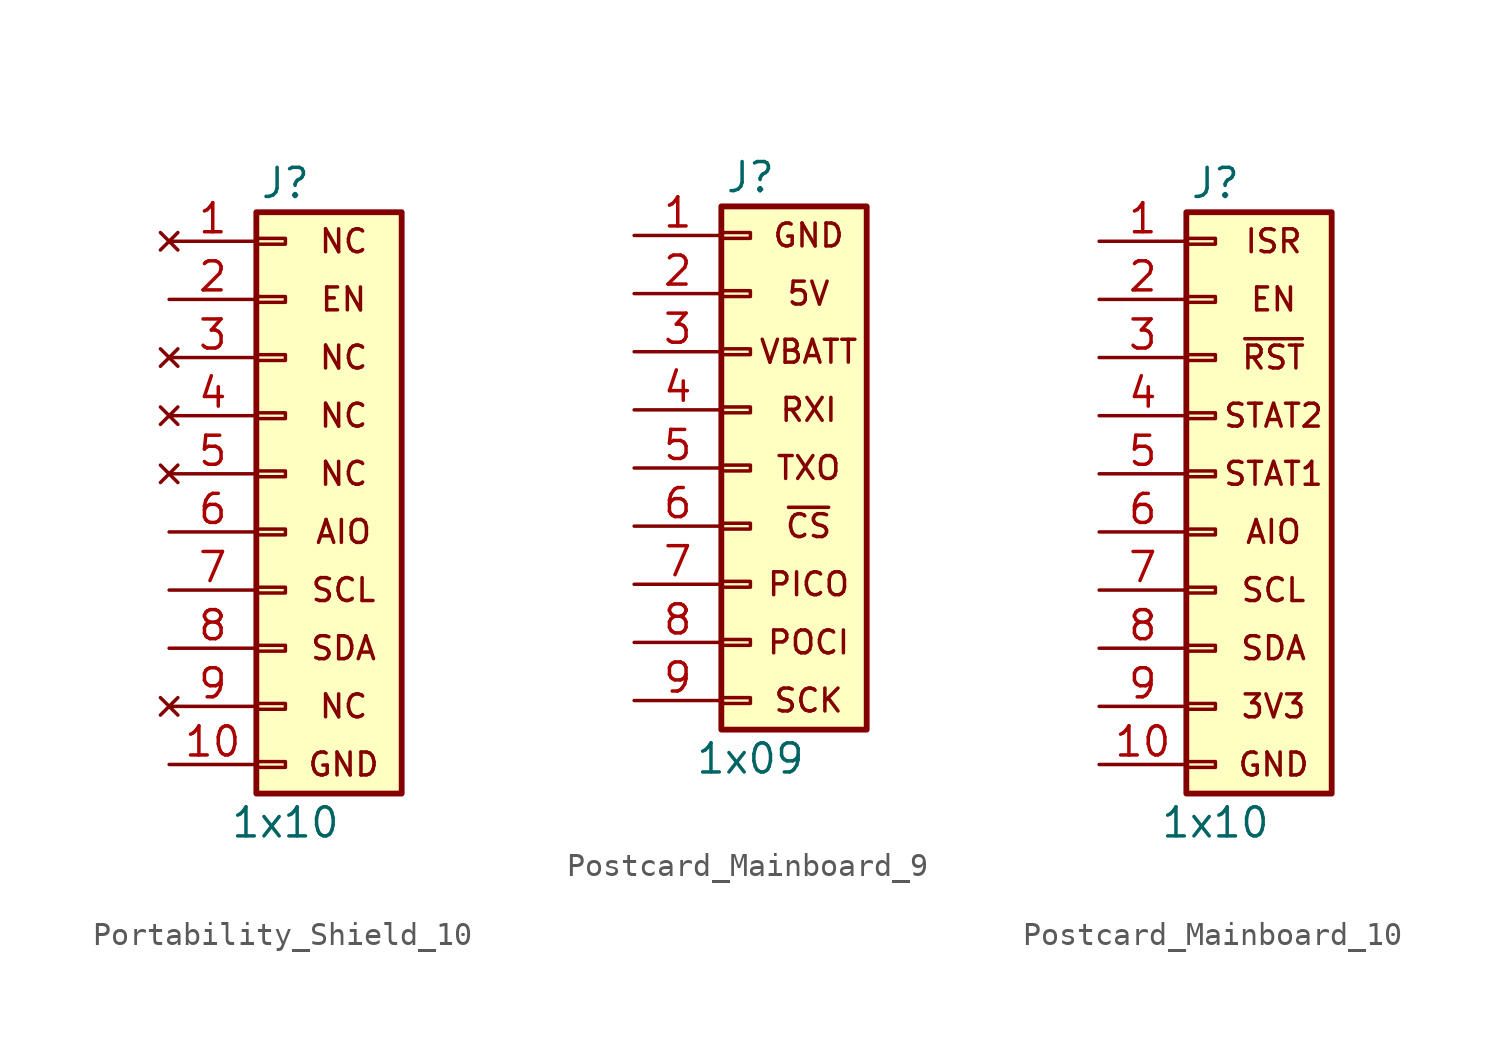
<source format=kicad_sym>
(kicad_symbol_lib
  (version 20241209)
  (generator "kicad_symbol_editor")
  (generator_version "9.0")
  (symbol "Portability_Shield_10"
    (pin_names
      (offset 1.016)
      (hide yes))
    (property "Reference" "J"
      (at 0 12.7 0)
      (effects (font (size 1.27 1.27))))
    (property "Value" "1x10"
      (at 0 -15.24 0)
      (effects (font (size 1.27 1.27))))
    (symbol "Portability_Shield_10_1_1"
      (rectangle (start -1.27 11.43) (end 5.08 -13.97) (stroke (width 0.254) (type default)) (fill (type background)))
      (rectangle (start -1.27 10.287) (end 0 10.033) (stroke (width 0.152) (type default)) (fill (type none)))
      (rectangle (start -1.27 7.747) (end 0 7.493) (stroke (width 0.152) (type default)) (fill (type none)))
      (rectangle (start -1.27 5.207) (end 0 4.953) (stroke (width 0.152) (type default)) (fill (type none)))
      (rectangle (start -1.27 2.667) (end 0 2.413) (stroke (width 0.152) (type default)) (fill (type none)))
      (rectangle (start -1.27 0.127) (end 0 -0.127) (stroke (width 0.152) (type default)) (fill (type none)))
      (rectangle (start -1.27 -2.413) (end 0 -2.667) (stroke (width 0.152) (type default)) (fill (type none)))
      (rectangle (start -1.27 -4.953) (end 0 -5.207) (stroke (width 0.152) (type default)) (fill (type none)))
      (rectangle (start -1.27 -7.493) (end 0 -7.747) (stroke (width 0.152) (type default)) (fill (type none)))
      (rectangle (start -1.27 -10.033) (end 0 -10.287) (stroke (width 0.152) (type default)) (fill (type none)))
      (rectangle (start -1.27 -12.573) (end 0 -12.827) (stroke (width 0.152) (type default)) (fill (type none)))
      (text "NC" (at 2.54 10.16 0) (effects (font (size 1 1))))
      (text "EN" (at 2.54 7.62 0) (effects (font (size 1 1))))
      (text "NC" (at 2.54 5.08 0) (effects (font (size 1 1))))
      (text "NC" (at 2.54 2.54 0) (effects (font (size 1 1))))
      (text "NC" (at 2.54 0 0) (effects (font (size 1 1))))
      (text "AIO" (at 2.54 -2.54 0) (effects (font (size 1 1))))
      (text "SCL" (at 2.54 -5.08 0) (effects (font (size 1 1))))
      (text "SDA" (at 2.54 -7.62 0) (effects (font (size 1 1))))
      (text "NC" (at 2.54 -10.16 0) (effects (font (size 1 1))))
      (text "GND" (at 2.54 -12.7 0) (effects (font (size 1 1))))
      (pin no_connect line (at -5.08 10.16 0) (length 3.81) (name "Pin_1" (effects (font (size 1.27 1.27)))) (number "1" (effects (font (size 1.27 1.27)))))
      (pin input line (at -5.08 7.62 0) (length 3.81) (name "Pin_2" (effects (font (size 1.27 1.27)))) (number "2" (effects (font (size 1.27 1.27)))))
      (pin no_connect line (at -5.08 5.08 0) (length 3.81) (name "Pin_3" (effects (font (size 1.27 1.27)))) (number "3" (effects (font (size 1.27 1.27)))))
      (pin no_connect line (at -5.08 2.54 0) (length 3.81) (name "Pin_4" (effects (font (size 1.27 1.27)))) (number "4" (effects (font (size 1.27 1.27)))))
      (pin no_connect line (at -5.08 0 0) (length 3.81) (name "Pin_5" (effects (font (size 1.27 1.27)))) (number "5" (effects (font (size 1.27 1.27)))))
      (pin bidirectional line (at -5.08 -2.54 0) (length 3.81) (name "Pin_6" (effects (font (size 1.27 1.27)))) (number "6" (effects (font (size 1.27 1.27)))))
      (pin bidirectional line (at -5.08 -5.08 0) (length 3.81) (name "Pin_7" (effects (font (size 1.27 1.27)))) (number "7" (effects (font (size 1.27 1.27)))))
      (pin bidirectional line (at -5.08 -7.62 0) (length 3.81) (name "Pin_8" (effects (font (size 1.27 1.27)))) (number "8" (effects (font (size 1.27 1.27)))))
      (pin no_connect line (at -5.08 -10.16 0) (length 3.81) (name "Pin_9" (effects (font (size 1.27 1.27)))) (number "9" (effects (font (size 1.27 1.27)))))
      (pin power_in line (at -5.08 -12.7 0) (length 3.81) (name "Pin_10" (effects (font (size 1.27 1.27)))) (number "10" (effects (font (size 1.27 1.27)))))))
  (symbol "Postcard_Mainboard_9"
    (pin_names
      (offset 1.016)
      (hide yes))
    (property "Reference" "J"
      (at 0 12.7 0)
      (effects (font (size 1.27 1.27))))
    (property "Value" "1x09"
      (at 0 -12.7 0)
      (effects (font (size 1.27 1.27))))
    (symbol "Postcard_Mainboard_9_1_1"
      (rectangle (start -1.27 10.033) (end 0 10.287) (stroke (width 0.152) (type default)) (fill (type none)))
      (rectangle (start -1.27 7.493) (end 0 7.747) (stroke (width 0.152) (type default)) (fill (type none)))
      (rectangle (start -1.27 4.953) (end 0 5.207) (stroke (width 0.152) (type default)) (fill (type none)))
      (rectangle (start -1.27 2.413) (end 0 2.667) (stroke (width 0.152) (type default)) (fill (type none)))
      (rectangle (start -1.27 -0.127) (end 0 0.127) (stroke (width 0.152) (type default)) (fill (type none)))
      (rectangle (start -1.27 -2.667) (end 0 -2.413) (stroke (width 0.152) (type default)) (fill (type none)))
      (rectangle (start -1.27 -5.207) (end 0 -4.953) (stroke (width 0.152) (type default)) (fill (type none)))
      (rectangle (start -1.27 -7.747) (end 0 -7.493) (stroke (width 0.152) (type default)) (fill (type none)))
      (rectangle (start -1.27 -10.287) (end 0 -10.033) (stroke (width 0.152) (type default)) (fill (type none)))
      (rectangle (start -1.27 -11.43) (end 5.08 11.43) (stroke (width 0.254) (type default)) (fill (type background)))
      (text "GND" (at 2.54 10.16 0) (effects (font (size 1 1))))
      (text "5V" (at 2.54 7.62 0) (effects (font (size 1 1))))
      (text "VBATT" (at 2.54 5.08 0) (effects (font (size 1 1))))
      (text "RXI" (at 2.54 2.54 0) (effects (font (size 1 1))))
      (text "TXO" (at 2.54 0 0) (effects (font (size 1 1))))
      (text "~{CS}" (at 2.54 -2.54 0) (effects (font (size 1 1))))
      (text "PICO" (at 2.54 -5.08 0) (effects (font (size 1 1))))
      (text "POCI" (at 2.54 -7.62 0) (effects (font (size 1 1))))
      (text "SCK" (at 2.54 -10.16 0) (effects (font (size 1 1))))
      (pin power_in line (at -5.08 10.16 0) (length 3.81) (name "1" (effects (font (size 1.27 1.27)))) (number "1" (effects (font (size 1.27 1.27)))))
      (pin power_in line (at -5.08 7.62 0) (length 3.81) (name "2" (effects (font (size 1.27 1.27)))) (number "2" (effects (font (size 1.27 1.27)))))
      (pin power_in line (at -5.08 5.08 0) (length 3.81) (name "3" (effects (font (size 1.27 1.27)))) (number "3" (effects (font (size 1.27 1.27)))))
      (pin input line (at -5.08 2.54 0) (length 3.81) (name "4" (effects (font (size 1.27 1.27)))) (number "4" (effects (font (size 1.27 1.27)))))
      (pin output line (at -5.08 0 0) (length 3.81) (name "5" (effects (font (size 1.27 1.27)))) (number "5" (effects (font (size 1.27 1.27)))))
      (pin input line (at -5.08 -2.54 0) (length 3.81) (name "6" (effects (font (size 1.27 1.27)))) (number "6" (effects (font (size 1.27 1.27)))))
      (pin input line (at -5.08 -5.08 0) (length 3.81) (name "7" (effects (font (size 1.27 1.27)))) (number "7" (effects (font (size 1.27 1.27)))))
      (pin output line (at -5.08 -7.62 0) (length 3.81) (name "8" (effects (font (size 1.27 1.27)))) (number "8" (effects (font (size 1.27 1.27)))))
      (pin input line (at -5.08 -10.16 0) (length 3.81) (name "9" (effects (font (size 1.27 1.27)))) (number "9" (effects (font (size 1.27 1.27)))))))
  (symbol "Postcard_Mainboard_10"
    (pin_names
      (offset 1.016)
      (hide yes))
    (property "Reference" "J"
      (at 0 12.7 0)
      (effects (font (size 1.27 1.27))))
    (property "Value" "1x10"
      (at 0 -15.24 0)
      (effects (font (size 1.27 1.27))))
    (symbol "Postcard_Mainboard_10_1_1"
      (rectangle (start -1.27 11.43) (end 5.08 -13.97) (stroke (width 0.254) (type default)) (fill (type background)))
      (rectangle (start -1.27 10.287) (end 0 10.033) (stroke (width 0.152) (type default)) (fill (type none)))
      (rectangle (start -1.27 7.747) (end 0 7.493) (stroke (width 0.152) (type default)) (fill (type none)))
      (rectangle (start -1.27 5.207) (end 0 4.953) (stroke (width 0.152) (type default)) (fill (type none)))
      (rectangle (start -1.27 2.667) (end 0 2.413) (stroke (width 0.152) (type default)) (fill (type none)))
      (rectangle (start -1.27 0.127) (end 0 -0.127) (stroke (width 0.152) (type default)) (fill (type none)))
      (rectangle (start -1.27 -2.413) (end 0 -2.667) (stroke (width 0.152) (type default)) (fill (type none)))
      (rectangle (start -1.27 -4.953) (end 0 -5.207) (stroke (width 0.152) (type default)) (fill (type none)))
      (rectangle (start -1.27 -7.493) (end 0 -7.747) (stroke (width 0.152) (type default)) (fill (type none)))
      (rectangle (start -1.27 -10.033) (end 0 -10.287) (stroke (width 0.152) (type default)) (fill (type none)))
      (rectangle (start -1.27 -12.573) (end 0 -12.827) (stroke (width 0.152) (type default)) (fill (type none)))
      (text "ISR" (at 2.54 10.16 0) (effects (font (size 1 1))))
      (text "EN" (at 2.54 7.62 0) (effects (font (size 1 1))))
      (text "~{RST}" (at 2.54 5.08 0) (effects (font (size 1 1))))
      (text "STAT2" (at 2.54 2.54 0) (effects (font (size 1 1))))
      (text "STAT1" (at 2.54 0 0) (effects (font (size 1 1))))
      (text "AIO" (at 2.54 -2.54 0) (effects (font (size 1 1))))
      (text "SCL" (at 2.54 -5.08 0) (effects (font (size 1 1))))
      (text "SDA" (at 2.54 -7.62 0) (effects (font (size 1 1))))
      (text "3V3" (at 2.54 -10.16 0) (effects (font (size 1 1))))
      (text "GND" (at 2.54 -12.7 0) (effects (font (size 1 1))))
      (pin input line (at -5.08 10.16 0) (length 3.81) (name "Pin_1" (effects (font (size 1.27 1.27)))) (number "1" (effects (font (size 1.27 1.27)))))
      (pin input line (at -5.08 7.62 0) (length 3.81) (name "Pin_2" (effects (font (size 1.27 1.27)))) (number "2" (effects (font (size 1.27 1.27)))))
      (pin input line (at -5.08 5.08 0) (length 3.81) (name "Pin_3" (effects (font (size 1.27 1.27)))) (number "3" (effects (font (size 1.27 1.27)))))
      (pin output line (at -5.08 2.54 0) (length 3.81) (name "Pin_4" (effects (font (size 1.27 1.27)))) (number "4" (effects (font (size 1.27 1.27)))))
      (pin output line (at -5.08 0 0) (length 3.81) (name "Pin_5" (effects (font (size 1.27 1.27)))) (number "5" (effects (font (size 1.27 1.27)))))
      (pin bidirectional line (at -5.08 -2.54 0) (length 3.81) (name "Pin_6" (effects (font (size 1.27 1.27)))) (number "6" (effects (font (size 1.27 1.27)))))
      (pin bidirectional line (at -5.08 -5.08 0) (length 3.81) (name "Pin_7" (effects (font (size 1.27 1.27)))) (number "7" (effects (font (size 1.27 1.27)))))
      (pin bidirectional line (at -5.08 -7.62 0) (length 3.81) (name "Pin_8" (effects (font (size 1.27 1.27)))) (number "8" (effects (font (size 1.27 1.27)))))
      (pin power_in line (at -5.08 -10.16 0) (length 3.81) (name "Pin_9" (effects (font (size 1.27 1.27)))) (number "9" (effects (font (size 1.27 1.27)))))
      (pin power_in line (at -5.08 -12.7 0) (length 3.81) (name "Pin_10" (effects (font (size 1.27 1.27)))) (number "10" (effects (font (size 1.27 1.27))))))))
</source>
